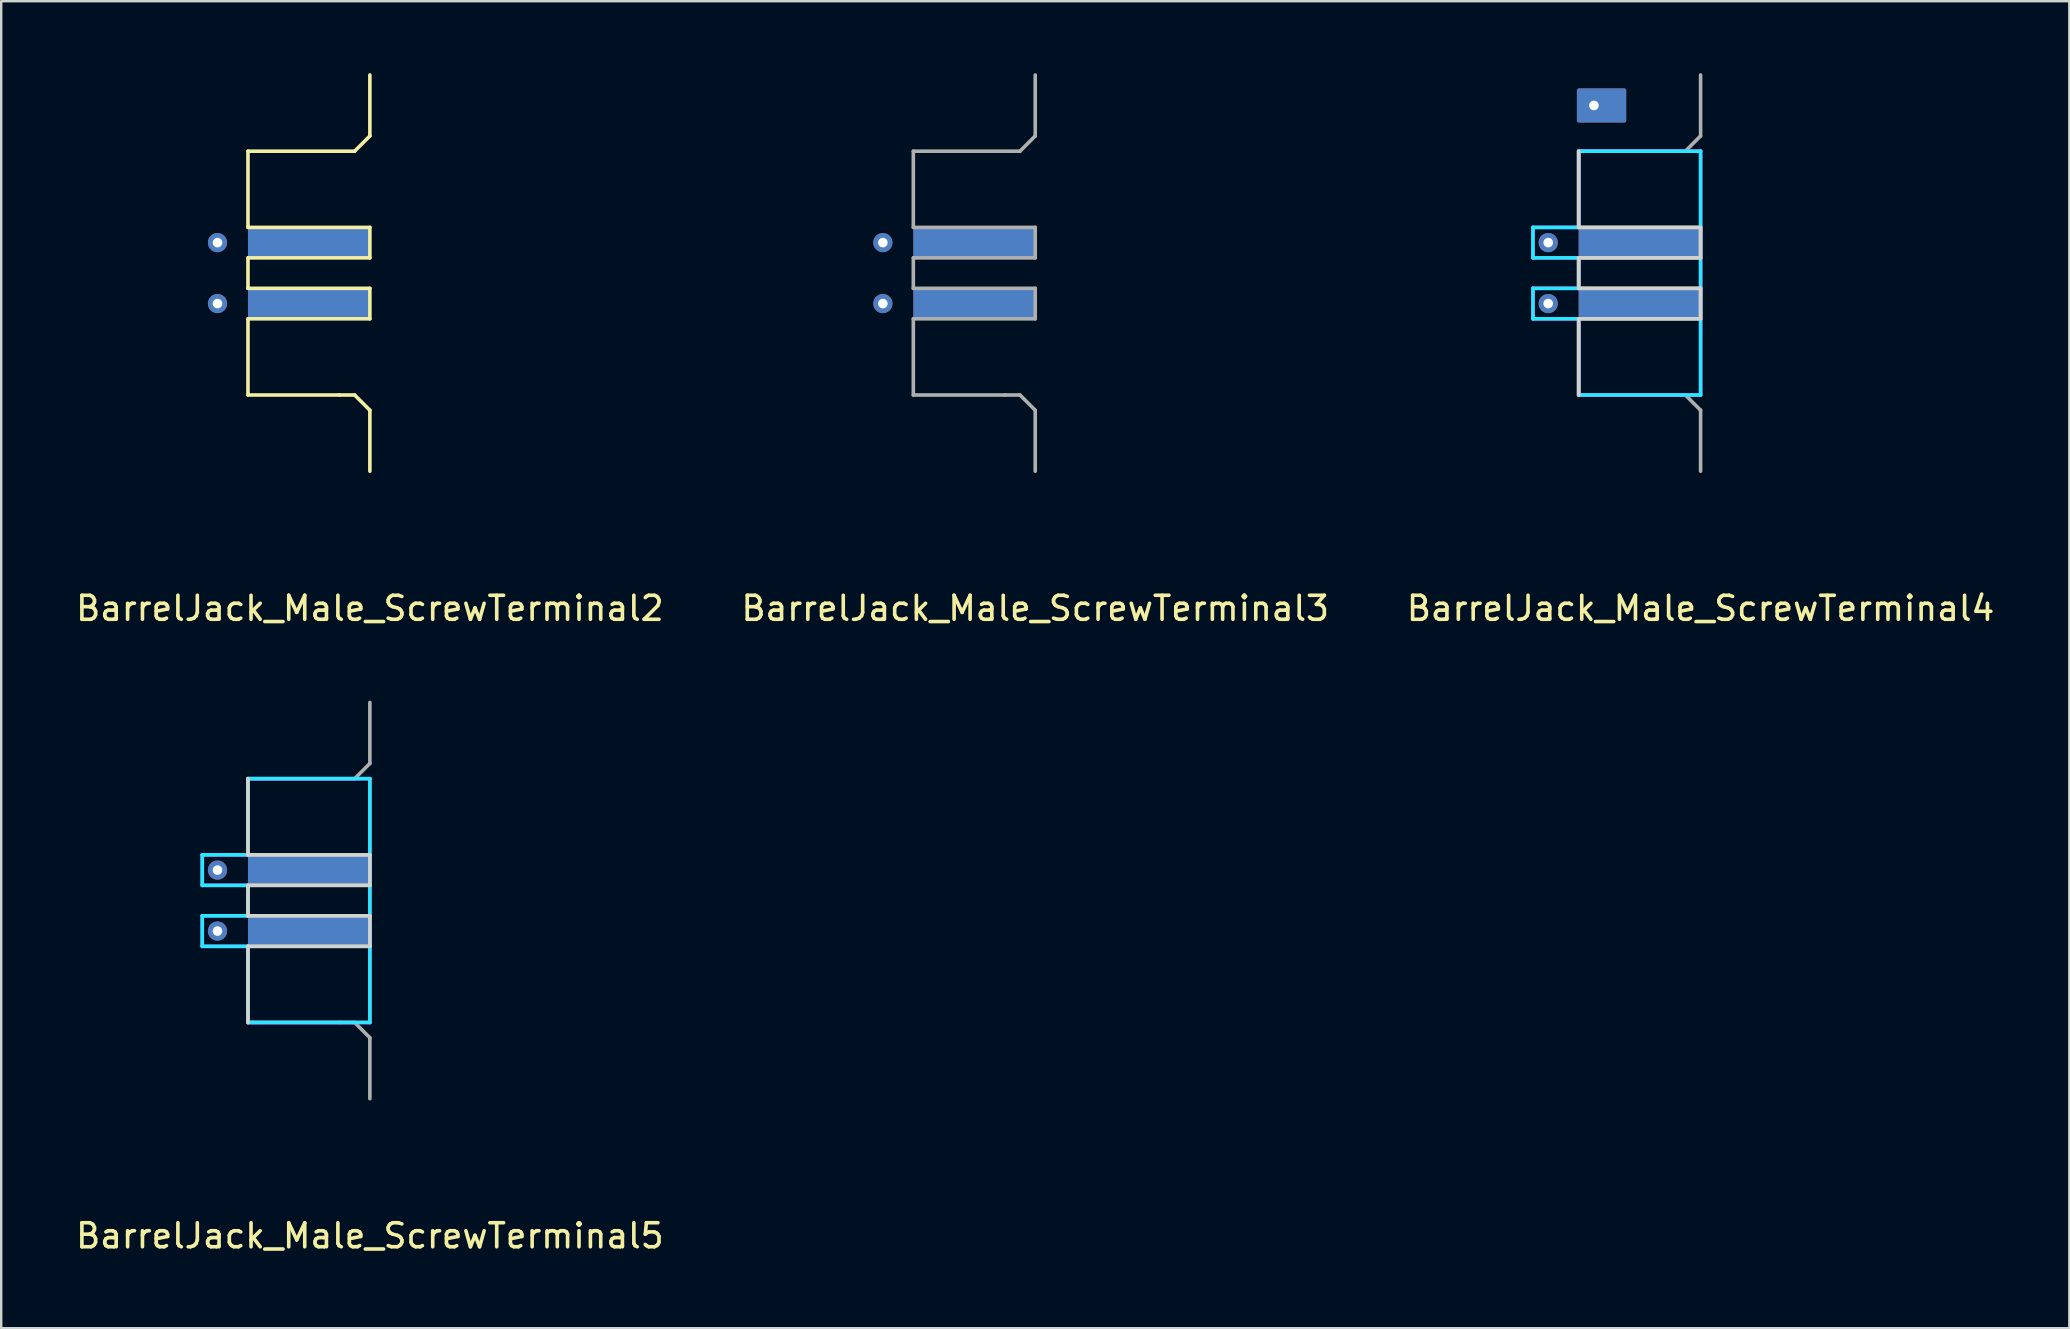
<source format=kicad_pcb>
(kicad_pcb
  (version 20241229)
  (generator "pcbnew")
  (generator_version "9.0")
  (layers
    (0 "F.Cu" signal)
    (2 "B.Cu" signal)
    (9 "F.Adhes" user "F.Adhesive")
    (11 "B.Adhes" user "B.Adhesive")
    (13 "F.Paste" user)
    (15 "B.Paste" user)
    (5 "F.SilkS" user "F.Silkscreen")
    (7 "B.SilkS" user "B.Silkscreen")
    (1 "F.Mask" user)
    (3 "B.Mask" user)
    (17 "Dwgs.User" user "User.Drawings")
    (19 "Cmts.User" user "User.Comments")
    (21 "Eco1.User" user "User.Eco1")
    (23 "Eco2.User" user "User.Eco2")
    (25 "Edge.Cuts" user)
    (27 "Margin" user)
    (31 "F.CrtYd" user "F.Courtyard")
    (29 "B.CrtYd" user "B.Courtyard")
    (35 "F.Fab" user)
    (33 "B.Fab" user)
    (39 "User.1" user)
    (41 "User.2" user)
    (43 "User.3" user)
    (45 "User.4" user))
  (footprint "BarrelJack_Male_ScrewTerminal3"
    (layer "F.Cu")
    (at 40.089 9.6)
    (property "Reference" "BarrelJack_Male_ScrewTerminal3" (at 0 12.7 0) (layer "F.SilkS") (effects (font (size 1 1) (thickness 0.15))))
    (attr through_hole)
    (fp_line (start -5.08 -6.35) (end -0.635 -6.35) (stroke (width 0.15) (type solid)) (layer "F.Fab"))
    (fp_line (start -5.08 -3.175) (end -5.08 -6.35) (stroke (width 0.15) (type solid)) (layer "F.Fab"))
    (fp_line (start -5.08 -1.905) (end -5.08 -0.635) (stroke (width 0.15) (type solid)) (layer "F.Fab"))
    (fp_line (start -5.08 -1.905) (end 0 -1.905) (stroke (width 0.15) (type solid)) (layer "F.Fab"))
    (fp_line (start -5.08 -0.635) (end 0 -0.635) (stroke (width 0.15) (type solid)) (layer "F.Fab"))
    (fp_line (start -5.08 0.635) (end -5.08 3.81) (stroke (width 0.15) (type solid)) (layer "F.Fab"))
    (fp_line (start -5.08 3.81) (end -1.27 3.81) (stroke (width 0.15) (type solid)) (layer "F.Fab"))
    (fp_line (start -1.27 3.81) (end -0.635 3.81) (stroke (width 0.15) (type solid)) (layer "F.Fab"))
    (fp_line (start -0.635 -6.35) (end 0 -6.985) (stroke (width 0.15) (type solid)) (layer "F.Fab"))
    (fp_line (start -0.635 3.81) (end 0 4.445) (stroke (width 0.15) (type solid)) (layer "F.Fab"))
    (fp_line (start 0 -6.985) (end 0 -9.525) (stroke (width 0.15) (type solid)) (layer "F.Fab"))
    (fp_line (start 0 -3.175) (end -5.08 -3.175) (stroke (width 0.15) (type solid)) (layer "F.Fab"))
    (fp_line (start 0 -1.905) (end 0 -3.175) (stroke (width 0.15) (type solid)) (layer "F.Fab"))
    (fp_line (start 0 -0.635) (end 0 0.635) (stroke (width 0.15) (type solid)) (layer "F.Fab"))
    (fp_line (start 0 0.635) (end -5.08 0.635) (stroke (width 0.15) (type solid)) (layer "F.Fab"))
    (fp_line (start 0 4.445) (end 0 6.985) (stroke (width 0.15) (type solid)) (layer "F.Fab"))
    (pad "1" connect rect (at -2.54 -2.54) (size 5.08 1.27) (layers "F.Cu" "F.Mask"))
    (pad "2" connect rect (at -2.54 0) (size 5.08 1.27) (layers "F.Cu" "F.Mask"))
    (pad "3" connect rect (at -2.54 -2.54) (size 5.08 1.27) (layers "B.Cu" "B.Mask"))
    (pad "4" connect rect (at -2.54 0) (size 5.08 1.27) (layers "B.Cu" "B.Mask"))
    (pad "5" thru_hole circle (at -6.35 -2.54) (size 0.8 0.8) (drill 0.4) (layers "*.Cu"))
    (pad "6" thru_hole circle (at -6.35 0) (size 0.8 0.8) (drill 0.4) (layers "*.Cu")))
  (footprint "BarrelJack_Male_ScrewTerminal5"
    (layer "F.Cu")
    (at 12.363 35.748)
    (property "Reference" "BarrelJack_Male_ScrewTerminal5" (at 0 12.7 0) (layer "F.SilkS") (effects (font (size 1 1) (thickness 0.15))))
    (attr through_hole)
    (fp_line (start -5.08 -6.35) (end -5.08 -3.175) (stroke (width 0.15) (type solid)) (layer "Edge.Cuts"))
    (fp_line (start -5.08 -3.175) (end 0 -3.175) (stroke (width 0.15) (type solid)) (layer "Edge.Cuts"))
    (fp_line (start -5.08 -1.905) (end -5.08 -0.635) (stroke (width 0.15) (type solid)) (layer "Edge.Cuts"))
    (fp_line (start -5.08 -0.635) (end 0 -0.635) (stroke (width 0.15) (type solid)) (layer "Edge.Cuts"))
    (fp_line (start -5.08 0.635) (end -5.08 3.81) (stroke (width 0.15) (type solid)) (layer "Edge.Cuts"))
    (fp_line (start 0 -3.175) (end 0 -1.905) (stroke (width 0.15) (type solid)) (layer "Edge.Cuts"))
    (fp_line (start 0 -1.905) (end -5.08 -1.905) (stroke (width 0.15) (type solid)) (layer "Edge.Cuts"))
    (fp_line (start 0 -0.635) (end 0 0.635) (stroke (width 0.15) (type solid)) (layer "Edge.Cuts"))
    (fp_line (start 0 0.635) (end -5.08 0.635) (stroke (width 0.15) (type solid)) (layer "Edge.Cuts"))
    (fp_line (start -6.985 -3.175) (end -6.985 -1.905) (stroke (width 0.15) (type solid)) (layer "B.CrtYd"))
    (fp_line (start -6.985 -1.905) (end -5.08 -1.905) (stroke (width 0.15) (type solid)) (layer "B.CrtYd"))
    (fp_line (start -6.985 -0.635) (end -6.985 0.635) (stroke (width 0.15) (type solid)) (layer "B.CrtYd"))
    (fp_line (start -6.985 0.635) (end -5.08 0.635) (stroke (width 0.15) (type solid)) (layer "B.CrtYd"))
    (fp_line (start -5.08 -6.35) (end -5.08 -3.175) (stroke (width 0.15) (type solid)) (layer "B.CrtYd"))
    (fp_line (start -5.08 -3.175) (end -6.985 -3.175) (stroke (width 0.15) (type solid)) (layer "B.CrtYd"))
    (fp_line (start -5.08 -1.905) (end -5.08 -0.635) (stroke (width 0.15) (type solid)) (layer "B.CrtYd"))
    (fp_line (start -5.08 -0.635) (end -6.985 -0.635) (stroke (width 0.15) (type solid)) (layer "B.CrtYd"))
    (fp_line (start -5.08 0.635) (end -5.08 3.81) (stroke (width 0.15) (type solid)) (layer "B.CrtYd"))
    (fp_line (start -5.08 3.81) (end 0 3.81) (stroke (width 0.15) (type solid)) (layer "B.CrtYd"))
    (fp_line (start 0 -6.35) (end -5.08 -6.35) (stroke (width 0.15) (type solid)) (layer "B.CrtYd"))
    (fp_line (start 0 3.81) (end 0 -6.35) (stroke (width 0.15) (type solid)) (layer "B.CrtYd"))
    (fp_line (start -6.985 -3.175) (end -5.08 -3.175) (stroke (width 0.15) (type solid)) (layer "F.CrtYd"))
    (fp_line (start -6.985 -1.905) (end -6.985 -3.175) (stroke (width 0.15) (type solid)) (layer "F.CrtYd"))
    (fp_line (start -6.985 -0.635) (end -5.08 -0.635) (stroke (width 0.15) (type solid)) (layer "F.CrtYd"))
    (fp_line (start -6.985 0.635) (end -6.985 -0.635) (stroke (width 0.15) (type solid)) (layer "F.CrtYd"))
    (fp_line (start -5.08 -6.35) (end 0 -6.35) (stroke (width 0.15) (type solid)) (layer "F.CrtYd"))
    (fp_line (start -5.08 -3.175) (end -5.08 -6.35) (stroke (width 0.15) (type solid)) (layer "F.CrtYd"))
    (fp_line (start -5.08 -1.905) (end -6.985 -1.905) (stroke (width 0.15) (type solid)) (layer "F.CrtYd"))
    (fp_line (start -5.08 -0.635) (end -5.08 -1.905) (stroke (width 0.15) (type solid)) (layer "F.CrtYd"))
    (fp_line (start -5.08 0.635) (end -6.985 0.635) (stroke (width 0.15) (type solid)) (layer "F.CrtYd"))
    (fp_line (start -5.08 3.81) (end -5.08 0.635) (stroke (width 0.15) (type solid)) (layer "F.CrtYd"))
    (fp_line (start 0 -6.35) (end 0 3.81) (stroke (width 0.15) (type solid)) (layer "F.CrtYd"))
    (fp_line (start 0 3.81) (end -5.08 3.81) (stroke (width 0.15) (type solid)) (layer "F.CrtYd"))
    (fp_line (start -5.08 -6.35) (end -0.635 -6.35) (stroke (width 0.15) (type solid)) (layer "F.Fab"))
    (fp_line (start -5.08 -3.175) (end -5.08 -6.35) (stroke (width 0.15) (type solid)) (layer "F.Fab"))
    (fp_line (start -5.08 -1.905) (end -5.08 -0.635) (stroke (width 0.15) (type solid)) (layer "F.Fab"))
    (fp_line (start -5.08 -1.905) (end 0 -1.905) (stroke (width 0.15) (type solid)) (layer "F.Fab"))
    (fp_line (start -5.08 -0.635) (end 0 -0.635) (stroke (width 0.15) (type solid)) (layer "F.Fab"))
    (fp_line (start -5.08 0.635) (end -5.08 3.81) (stroke (width 0.15) (type solid)) (layer "F.Fab"))
    (fp_line (start -5.08 3.81) (end -1.27 3.81) (stroke (width 0.15) (type solid)) (layer "F.Fab"))
    (fp_line (start -1.27 3.81) (end -0.635 3.81) (stroke (width 0.15) (type solid)) (layer "F.Fab"))
    (fp_line (start -0.635 -6.35) (end 0 -6.985) (stroke (width 0.15) (type solid)) (layer "F.Fab"))
    (fp_line (start -0.635 3.81) (end 0 4.445) (stroke (width 0.15) (type solid)) (layer "F.Fab"))
    (fp_line (start 0 -6.985) (end 0 -9.525) (stroke (width 0.15) (type solid)) (layer "F.Fab"))
    (fp_line (start 0 -3.175) (end -5.08 -3.175) (stroke (width 0.15) (type solid)) (layer "F.Fab"))
    (fp_line (start 0 -1.905) (end 0 -3.175) (stroke (width 0.15) (type solid)) (layer "F.Fab"))
    (fp_line (start 0 -0.635) (end 0 0.635) (stroke (width 0.15) (type solid)) (layer "F.Fab"))
    (fp_line (start 0 0.635) (end -5.08 0.635) (stroke (width 0.15) (type solid)) (layer "F.Fab"))
    (fp_line (start 0 4.445) (end 0 6.985) (stroke (width 0.15) (type solid)) (layer "F.Fab"))
    (pad "1" thru_hole circle (at -6.35 -2.54) (size 0.8 0.8) (drill 0.4) (layers "*.Cu"))
    (pad "1" connect rect (at -2.54 -2.54) (size 5.08 1.27) (layers "F.Cu" "F.Mask"))
    (pad "1" connect rect (at -2.54 -2.54) (size 5.08 1.27) (layers "B.Cu" "B.Mask"))
    (pad "2" thru_hole circle (at -6.35 0) (size 0.8 0.8) (drill 0.4) (layers "*.Cu"))
    (pad "2" connect rect (at -2.54 0) (size 5.08 1.27) (layers "F.Cu" "F.Mask"))
    (pad "2" connect rect (at -2.54 0) (size 5.08 1.27) (layers "B.Cu" "B.Mask")))
  (footprint "BarrelJack_Male_ScrewTerminal4"
    (layer "F.Cu")
    (at 67.815 9.6)
    (property "Reference" "BarrelJack_Male_ScrewTerminal4" (at 0 12.7 0) (layer "F.SilkS") (effects (font (size 1 1) (thickness 0.15))))
    (attr through_hole)
    (fp_line (start -5.08 -6.35) (end -5.08 -3.175) (stroke (width 0.15) (type solid)) (layer "Edge.Cuts"))
    (fp_line (start -5.08 -3.175) (end 0 -3.175) (stroke (width 0.15) (type solid)) (layer "Edge.Cuts"))
    (fp_line (start -5.08 -1.905) (end -5.08 -0.635) (stroke (width 0.15) (type solid)) (layer "Edge.Cuts"))
    (fp_line (start -5.08 -0.635) (end 0 -0.635) (stroke (width 0.15) (type solid)) (layer "Edge.Cuts"))
    (fp_line (start -5.08 0.635) (end -5.08 3.81) (stroke (width 0.15) (type solid)) (layer "Edge.Cuts"))
    (fp_line (start 0 -3.175) (end 0 -1.905) (stroke (width 0.15) (type solid)) (layer "Edge.Cuts"))
    (fp_line (start 0 -1.905) (end -5.08 -1.905) (stroke (width 0.15) (type solid)) (layer "Edge.Cuts"))
    (fp_line (start 0 -0.635) (end 0 0.635) (stroke (width 0.15) (type solid)) (layer "Edge.Cuts"))
    (fp_line (start 0 0.635) (end -5.08 0.635) (stroke (width 0.15) (type solid)) (layer "Edge.Cuts"))
    (fp_line (start -6.985 -3.175) (end -6.985 -1.905) (stroke (width 0.15) (type solid)) (layer "B.CrtYd"))
    (fp_line (start -6.985 -1.905) (end -5.08 -1.905) (stroke (width 0.15) (type solid)) (layer "B.CrtYd"))
    (fp_line (start -6.985 -0.635) (end -6.985 0.635) (stroke (width 0.15) (type solid)) (layer "B.CrtYd"))
    (fp_line (start -6.985 0.635) (end -5.08 0.635) (stroke (width 0.15) (type solid)) (layer "B.CrtYd"))
    (fp_line (start -5.08 -6.35) (end -5.08 -3.175) (stroke (width 0.15) (type solid)) (layer "B.CrtYd"))
    (fp_line (start -5.08 -3.175) (end -6.985 -3.175) (stroke (width 0.15) (type solid)) (layer "B.CrtYd"))
    (fp_line (start -5.08 -1.905) (end -5.08 -0.635) (stroke (width 0.15) (type solid)) (layer "B.CrtYd"))
    (fp_line (start -5.08 -0.635) (end -6.985 -0.635) (stroke (width 0.15) (type solid)) (layer "B.CrtYd"))
    (fp_line (start -5.08 0.635) (end -5.08 3.81) (stroke (width 0.15) (type solid)) (layer "B.CrtYd"))
    (fp_line (start -5.08 3.81) (end 0 3.81) (stroke (width 0.15) (type solid)) (layer "B.CrtYd"))
    (fp_line (start 0 -6.35) (end -5.08 -6.35) (stroke (width 0.15) (type solid)) (layer "B.CrtYd"))
    (fp_line (start 0 3.81) (end 0 -6.35) (stroke (width 0.15) (type solid)) (layer "B.CrtYd"))
    (fp_line (start -6.985 -3.175) (end -5.08 -3.175) (stroke (width 0.15) (type solid)) (layer "F.CrtYd"))
    (fp_line (start -6.985 -1.905) (end -6.985 -3.175) (stroke (width 0.15) (type solid)) (layer "F.CrtYd"))
    (fp_line (start -6.985 -0.635) (end -5.08 -0.635) (stroke (width 0.15) (type solid)) (layer "F.CrtYd"))
    (fp_line (start -6.985 0.635) (end -6.985 -0.635) (stroke (width 0.15) (type solid)) (layer "F.CrtYd"))
    (fp_line (start -5.08 -6.35) (end 0 -6.35) (stroke (width 0.15) (type solid)) (layer "F.CrtYd"))
    (fp_line (start -5.08 -3.175) (end -5.08 -6.35) (stroke (width 0.15) (type solid)) (layer "F.CrtYd"))
    (fp_line (start -5.08 -1.905) (end -6.985 -1.905) (stroke (width 0.15) (type solid)) (layer "F.CrtYd"))
    (fp_line (start -5.08 -0.635) (end -5.08 -1.905) (stroke (width 0.15) (type solid)) (layer "F.CrtYd"))
    (fp_line (start -5.08 0.635) (end -6.985 0.635) (stroke (width 0.15) (type solid)) (layer "F.CrtYd"))
    (fp_line (start -5.08 3.81) (end -5.08 0.635) (stroke (width 0.15) (type solid)) (layer "F.CrtYd"))
    (fp_line (start 0 -6.35) (end 0 3.81) (stroke (width 0.15) (type solid)) (layer "F.CrtYd"))
    (fp_line (start 0 3.81) (end -5.08 3.81) (stroke (width 0.15) (type solid)) (layer "F.CrtYd"))
    (fp_line (start -5.08 -6.35) (end -0.635 -6.35) (stroke (width 0.15) (type solid)) (layer "F.Fab"))
    (fp_line (start -5.08 -3.175) (end -5.08 -6.35) (stroke (width 0.15) (type solid)) (layer "F.Fab"))
    (fp_line (start -5.08 -1.905) (end -5.08 -0.635) (stroke (width 0.15) (type solid)) (layer "F.Fab"))
    (fp_line (start -5.08 -1.905) (end 0 -1.905) (stroke (width 0.15) (type solid)) (layer "F.Fab"))
    (fp_line (start -5.08 -0.635) (end 0 -0.635) (stroke (width 0.15) (type solid)) (layer "F.Fab"))
    (fp_line (start -5.08 0.635) (end -5.08 3.81) (stroke (width 0.15) (type solid)) (layer "F.Fab"))
    (fp_line (start -5.08 3.81) (end -1.27 3.81) (stroke (width 0.15) (type solid)) (layer "F.Fab"))
    (fp_line (start -1.27 3.81) (end -0.635 3.81) (stroke (width 0.15) (type solid)) (layer "F.Fab"))
    (fp_line (start -0.635 -6.35) (end 0 -6.985) (stroke (width 0.15) (type solid)) (layer "F.Fab"))
    (fp_line (start -0.635 3.81) (end 0 4.445) (stroke (width 0.15) (type solid)) (layer "F.Fab"))
    (fp_line (start 0 -6.985) (end 0 -9.525) (stroke (width 0.15) (type solid)) (layer "F.Fab"))
    (fp_line (start 0 -3.175) (end -5.08 -3.175) (stroke (width 0.15) (type solid)) (layer "F.Fab"))
    (fp_line (start 0 -1.905) (end 0 -3.175) (stroke (width 0.15) (type solid)) (layer "F.Fab"))
    (fp_line (start 0 -0.635) (end 0 0.635) (stroke (width 0.15) (type solid)) (layer "F.Fab"))
    (fp_line (start 0 0.635) (end -5.08 0.635) (stroke (width 0.15) (type solid)) (layer "F.Fab"))
    (fp_line (start 0 4.445) (end 0 6.985) (stroke (width 0.15) (type solid)) (layer "F.Fab"))
    (pad "1" thru_hole circle (at -6.35 -2.54) (size 0.8 0.8) (drill 0.4) (layers "*.Cu"))
    (pad "1" connect rect (at -2.54 -2.54) (size 5.08 1.27) (layers "F.Cu" "F.Mask"))
    (pad "1" connect rect (at -2.54 -2.54) (size 5.08 1.27) (layers "B.Cu" "B.Mask"))
    (pad "2" thru_hole circle (at -6.35 0) (size 0.8 0.8) (drill 0.4) (layers "*.Cu"))
    (pad "2" connect rect (at -2.54 0) (size 5.08 1.27) (layers "F.Cu" "F.Mask"))
    (pad "2" connect rect (at -2.54 0) (size 5.08 1.27) (layers "B.Cu" "B.Mask"))
    (pad "5" thru_hole custom (at -4.445 -8.255) (size 0.8 0.8) (drill 0.4) (layers "*.Cu" "*.Mask") (options (anchor circle)) (primitives (gr_poly (pts (xy -0.635 -0.635) (xy -0.635 0.635) (xy 1.27 0.635) (xy 1.27 -0.635)) (width 0.15) (fill yes)))))
  (footprint "BarrelJack_Male_ScrewTerminal2"
    (layer "F.Cu")
    (at 12.363 9.6)
    (property "Reference" "BarrelJack_Male_ScrewTerminal2" (at 0 12.7 0) (layer "F.SilkS") (effects (font (size 1 1) (thickness 0.15))))
    (attr through_hole)
    (fp_line (start -5.08 -6.35) (end -0.635 -6.35) (stroke (width 0.15) (type solid)) (layer "F.SilkS"))
    (fp_line (start -5.08 -3.175) (end -5.08 -6.35) (stroke (width 0.15) (type solid)) (layer "F.SilkS"))
    (fp_line (start -5.08 -1.905) (end -5.08 -0.635) (stroke (width 0.15) (type solid)) (layer "F.SilkS"))
    (fp_line (start -5.08 -1.905) (end 0 -1.905) (stroke (width 0.15) (type solid)) (layer "F.SilkS"))
    (fp_line (start -5.08 -0.635) (end 0 -0.635) (stroke (width 0.15) (type solid)) (layer "F.SilkS"))
    (fp_line (start -5.08 0.635) (end -5.08 3.81) (stroke (width 0.15) (type solid)) (layer "F.SilkS"))
    (fp_line (start -5.08 3.81) (end -1.27 3.81) (stroke (width 0.15) (type solid)) (layer "F.SilkS"))
    (fp_line (start -1.27 3.81) (end -0.635 3.81) (stroke (width 0.15) (type solid)) (layer "F.SilkS"))
    (fp_line (start -0.635 -6.35) (end 0 -6.985) (stroke (width 0.15) (type solid)) (layer "F.SilkS"))
    (fp_line (start -0.635 3.81) (end 0 4.445) (stroke (width 0.15) (type solid)) (layer "F.SilkS"))
    (fp_line (start 0 -6.985) (end 0 -9.525) (stroke (width 0.15) (type solid)) (layer "F.SilkS"))
    (fp_line (start 0 -3.175) (end -5.08 -3.175) (stroke (width 0.15) (type solid)) (layer "F.SilkS"))
    (fp_line (start 0 -1.905) (end 0 -3.175) (stroke (width 0.15) (type solid)) (layer "F.SilkS"))
    (fp_line (start 0 -0.635) (end 0 0.635) (stroke (width 0.15) (type solid)) (layer "F.SilkS"))
    (fp_line (start 0 0.635) (end -5.08 0.635) (stroke (width 0.15) (type solid)) (layer "F.SilkS"))
    (fp_line (start 0 4.445) (end 0 6.985) (stroke (width 0.15) (type solid)) (layer "F.SilkS"))
    (pad "1" connect rect (at -2.54 -2.54) (size 5.08 1.27) (layers "F.Cu" "F.Mask"))
    (pad "2" connect rect (at -2.54 0) (size 5.08 1.27) (layers "F.Cu" "F.Mask"))
    (pad "3" connect rect (at -2.54 -2.54) (size 5.08 1.27) (layers "F.Mask" "B.Cu"))
    (pad "4" connect rect (at -2.54 0) (size 5.08 1.27) (layers "F.Mask" "B.Cu"))
    (pad "5" thru_hole circle (at -6.35 -2.54) (size 0.8 0.8) (drill 0.4) (layers "*.Cu"))
    (pad "6" thru_hole circle (at -6.35 0) (size 0.8 0.8) (drill 0.4) (layers "*.Cu")))
  (gr_rect
    (start -3 -3)
    (end 83.179 52.297)
    (stroke (width 0.1) (type default))
    (fill no)
    (layer "Edge.Cuts")))
</source>
